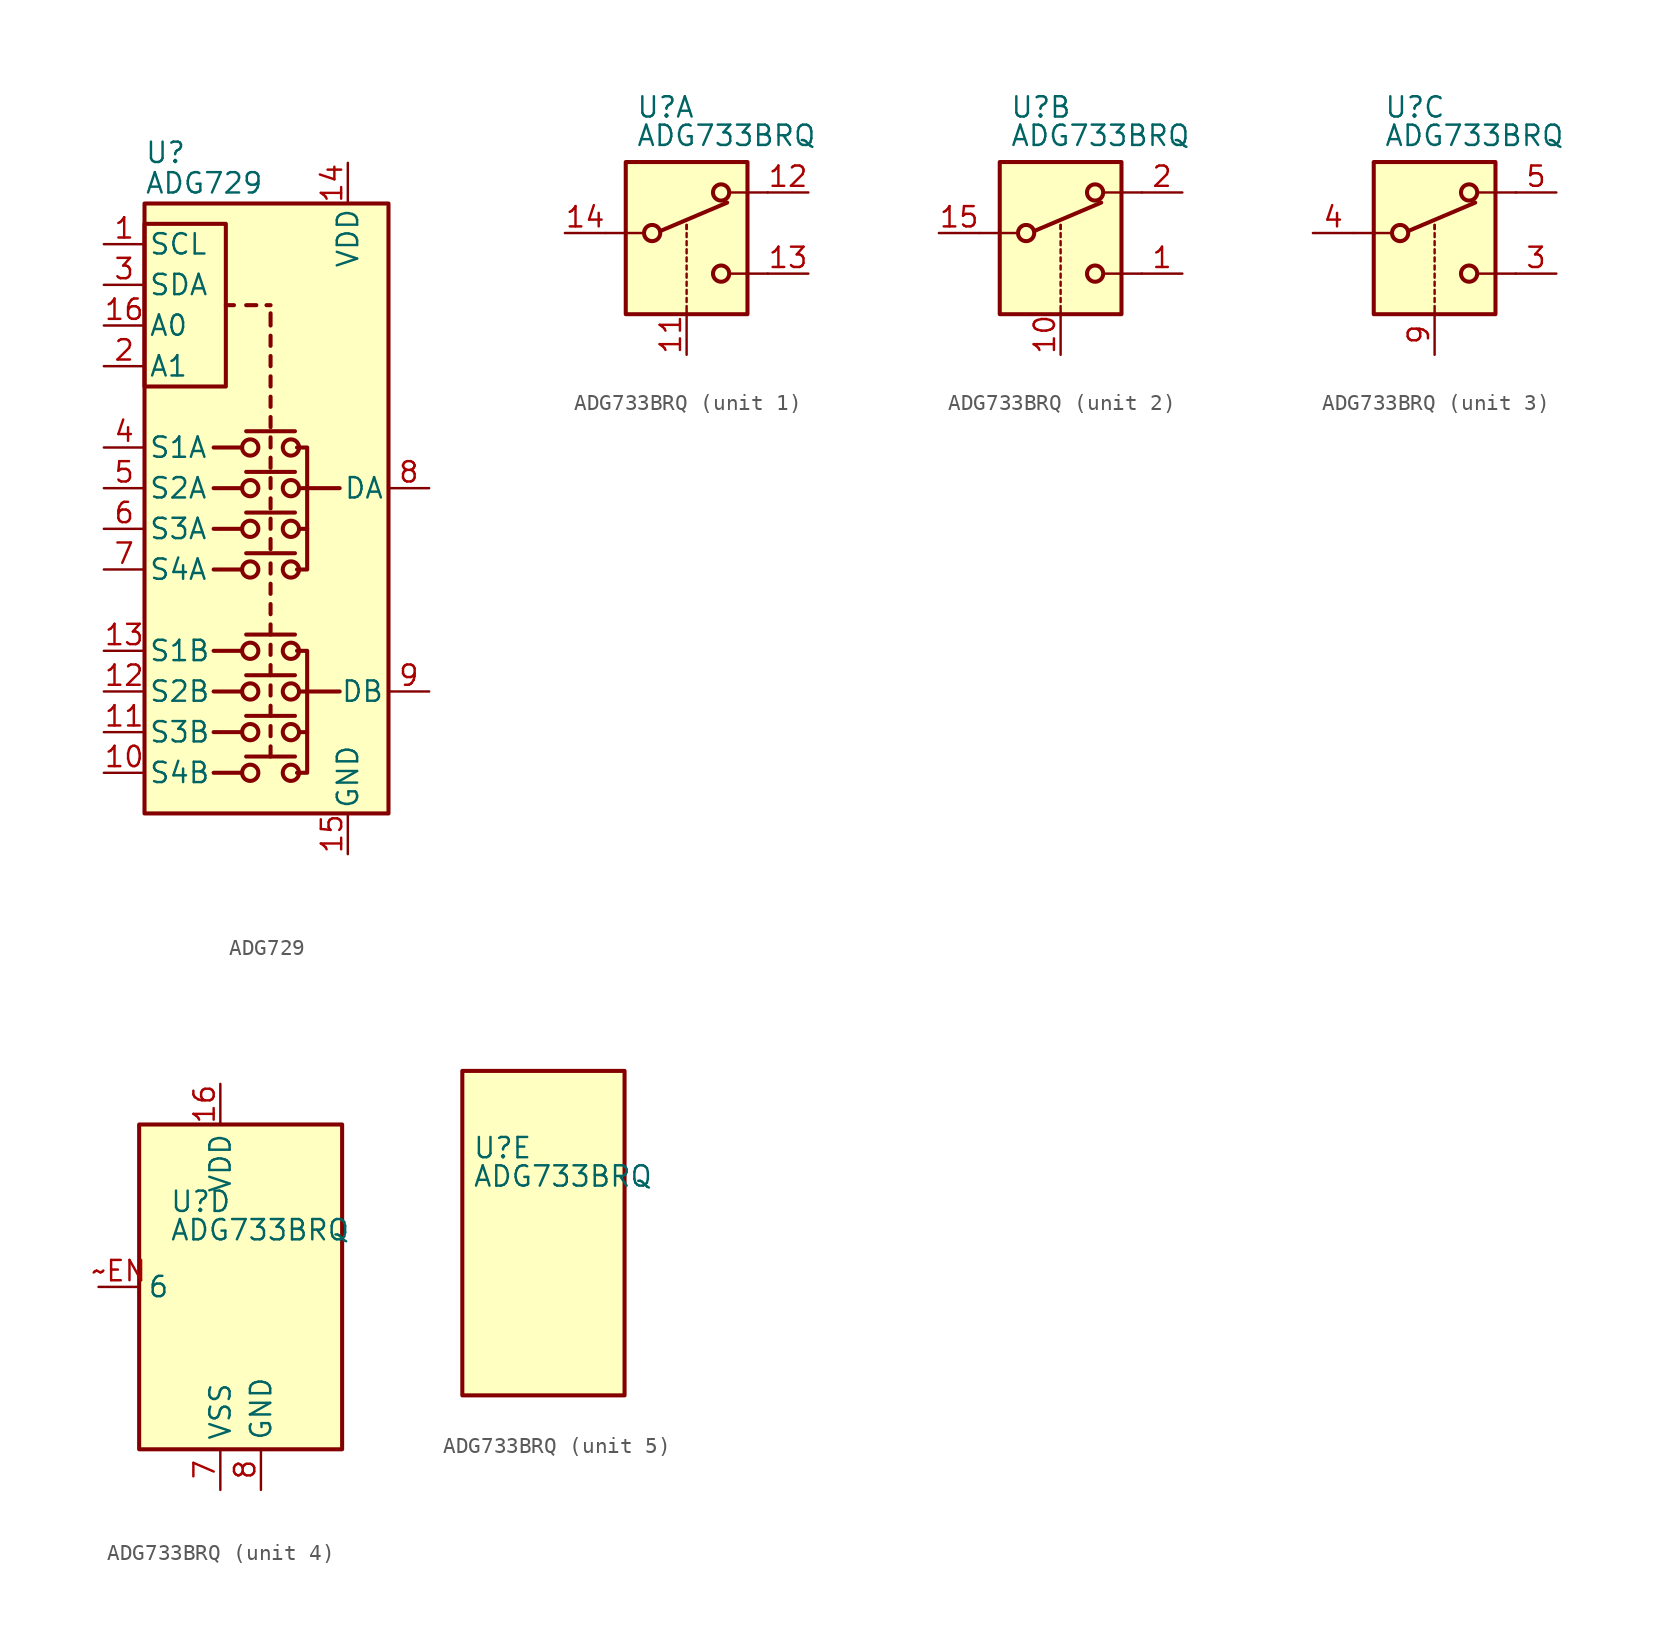
<source format=kicad_sym>
(kicad_symbol_lib
  (version 20201005)
  (generator kicad_symbol_editor)
  (symbol "Analog_Switch:ADG729"
    (pin_names
      (offset 0.254))
    (property "Reference" "U"
      (at -7.62 20.955 0)
      (effects (font (size 1.27 1.27)) (justify left)))
    (property "Value" "ADG729"
      (at -7.62 19.05 0)
      (effects (font (size 1.27 1.27)) (justify left)))
    (symbol "ADG729_0_1"
      (circle (center -1.016 -17.78) (radius 0.508) (stroke (width 0.254)) (fill (type none)))
      (circle (center -1.016 -15.24) (radius 0.508) (stroke (width 0.254)) (fill (type none)))
      (circle (center -1.016 -12.7) (radius 0.508) (stroke (width 0.254)) (fill (type none)))
      (circle (center -1.016 -10.16) (radius 0.508) (stroke (width 0.254)) (fill (type none)))
      (circle (center -1.016 -5.08) (radius 0.508) (stroke (width 0.254)) (fill (type none)))
      (circle (center -1.016 -2.54) (radius 0.508) (stroke (width 0.254)) (fill (type none)))
      (circle (center -1.016 0) (radius 0.508) (stroke (width 0.254)) (fill (type none)))
      (circle (center -1.016 2.54) (radius 0.508) (stroke (width 0.254)) (fill (type none)))
      (circle (center 1.524 -17.78) (radius 0.508) (stroke (width 0.254)) (fill (type none)))
      (circle (center 1.524 -15.24) (radius 0.508) (stroke (width 0.254)) (fill (type none)))
      (circle (center 1.524 -12.7) (radius 0.508) (stroke (width 0.254)) (fill (type none)))
      (circle (center 1.524 -10.16) (radius 0.508) (stroke (width 0.254)) (fill (type none)))
      (circle (center 1.524 -5.08) (radius 0.508) (stroke (width 0.254)) (fill (type none)))
      (circle (center 1.524 -2.54) (radius 0.508) (stroke (width 0.254)) (fill (type none)))
      (circle (center 1.524 0) (radius 0.508) (stroke (width 0.254)) (fill (type none)))
      (circle (center 1.524 2.54) (radius 0.508) (stroke (width 0.254)) (fill (type none)))
      (rectangle (start -7.62 6.35) (end -2.54 16.51) (stroke (width 0.254)) (fill (type none)))
      (rectangle (start -7.62 17.78) (end 7.62 -20.32) (stroke (width 0.254)) (fill (type background)))
      (polyline (pts (xy -2.032 11.43) (xy -2.54 11.43)) (stroke (width 0.254)) (fill (type none)))
      (polyline (pts (xy -1.524 -17.78) (xy -3.302 -17.78)) (stroke (width 0.254)) (fill (type none)))
      (polyline (pts (xy -1.524 -15.24) (xy -3.302 -15.24)) (stroke (width 0.254)) (fill (type none)))
      (polyline (pts (xy -1.524 -12.7) (xy -3.302 -12.7)) (stroke (width 0.254)) (fill (type none)))
      (polyline (pts (xy -1.524 -10.16) (xy -3.302 -10.16)) (stroke (width 0.254)) (fill (type none)))
      (polyline (pts (xy -1.524 -5.08) (xy -3.302 -5.08)) (stroke (width 0.254)) (fill (type none)))
      (polyline (pts (xy -1.524 -2.54) (xy -3.302 -2.54)) (stroke (width 0.254)) (fill (type none)))
      (polyline (pts (xy -1.524 0) (xy -3.302 0)) (stroke (width 0.254)) (fill (type none)))
      (polyline (pts (xy -1.524 2.54) (xy -3.302 2.54)) (stroke (width 0.254)) (fill (type none)))
      (polyline (pts (xy -1.27 -16.764) (xy 1.778 -16.764)) (stroke (width 0.254)) (fill (type none)))
      (polyline (pts (xy -1.27 -14.224) (xy 1.778 -14.224)) (stroke (width 0.254)) (fill (type none)))
      (polyline (pts (xy -1.27 -11.684) (xy 1.778 -11.684)) (stroke (width 0.254)) (fill (type none)))
      (polyline (pts (xy -1.27 -9.144) (xy 1.778 -9.144)) (stroke (width 0.254)) (fill (type none)))
      (polyline (pts (xy -1.27 -4.064) (xy 1.778 -4.064)) (stroke (width 0.254)) (fill (type none)))
      (polyline (pts (xy -1.27 -1.524) (xy 1.778 -1.524)) (stroke (width 0.254)) (fill (type none)))
      (polyline (pts (xy -1.27 1.016) (xy 1.778 1.016)) (stroke (width 0.254)) (fill (type none)))
      (polyline (pts (xy -1.27 3.556) (xy 1.778 3.556)) (stroke (width 0.254)) (fill (type none)))
      (polyline (pts (xy -1.27 11.43) (xy -0.635 11.43)) (stroke (width 0.254)) (fill (type none)))
      (polyline (pts (xy 0.254 -16.764) (xy 0.254 -16.129)) (stroke (width 0.254)) (fill (type none)))
      (polyline (pts (xy 0.254 -15.494) (xy 0.254 -14.859)) (stroke (width 0.254)) (fill (type none)))
      (polyline (pts (xy 0.254 -14.224) (xy 0.254 -13.589)) (stroke (width 0.254)) (fill (type none)))
      (polyline (pts (xy 0.254 -12.954) (xy 0.254 -12.319)) (stroke (width 0.254)) (fill (type none)))
      (polyline (pts (xy 0.254 -11.684) (xy 0.254 -11.049)) (stroke (width 0.254)) (fill (type none)))
      (polyline (pts (xy 0.254 -10.414) (xy 0.254 -9.779)) (stroke (width 0.254)) (fill (type none)))
      (polyline (pts (xy 0.254 -9.144) (xy 0.254 -8.509)) (stroke (width 0.254)) (fill (type none)))
      (polyline (pts (xy 0.254 -7.874) (xy 0.254 -7.239)) (stroke (width 0.254)) (fill (type none)))
      (polyline (pts (xy 0.254 -6.604) (xy 0.254 -5.969)) (stroke (width 0.254)) (fill (type none)))
      (polyline (pts (xy 0.254 -5.334) (xy 0.254 -4.699)) (stroke (width 0.254)) (fill (type none)))
      (polyline (pts (xy 0.254 -3.81) (xy 0.254 -3.175)) (stroke (width 0.254)) (fill (type none)))
      (polyline (pts (xy 0.254 -2.54) (xy 0.254 -1.905)) (stroke (width 0.254)) (fill (type none)))
      (polyline (pts (xy 0.254 -1.27) (xy 0.254 -0.635)) (stroke (width 0.254)) (fill (type none)))
      (polyline (pts (xy 0.254 0) (xy 0.254 0.635)) (stroke (width 0.254)) (fill (type none)))
      (polyline (pts (xy 0.254 1.27) (xy 0.254 1.905)) (stroke (width 0.254)) (fill (type none)))
      (polyline (pts (xy 0.254 2.54) (xy 0.254 3.175)) (stroke (width 0.254)) (fill (type none)))
      (polyline (pts (xy 0.254 3.81) (xy 0.254 4.445)) (stroke (width 0.254)) (fill (type none)))
      (polyline (pts (xy 0.254 5.08) (xy 0.254 5.715)) (stroke (width 0.254)) (fill (type none)))
      (polyline (pts (xy 0.254 6.35) (xy 0.254 6.985)) (stroke (width 0.254)) (fill (type none)))
      (polyline (pts (xy 0.254 7.62) (xy 0.254 8.255)) (stroke (width 0.254)) (fill (type none)))
      (polyline (pts (xy 0.254 8.89) (xy 0.254 9.525)) (stroke (width 0.254)) (fill (type none)))
      (polyline (pts (xy 0.254 10.16) (xy 0.254 10.922)) (stroke (width 0.254)) (fill (type none)))
      (polyline (pts (xy 0.254 11.43) (xy 0 11.43)) (stroke (width 0.254)) (fill (type none)))
      (polyline (pts (xy 2.032 -15.24) (xy 2.54 -15.24)) (stroke (width 0.254)) (fill (type none)))
      (polyline (pts (xy 2.032 -12.7) (xy 2.54 -12.7)) (stroke (width 0.254)) (fill (type none)))
      (polyline (pts (xy 2.032 -2.54) (xy 2.54 -2.54)) (stroke (width 0.254)) (fill (type none)))
      (polyline (pts (xy 2.032 0) (xy 2.54 0)) (stroke (width 0.254)) (fill (type none)))
      (polyline (pts (xy 2.54 0) (xy 4.572 0)) (stroke (width 0.254)) (fill (type none)))
      (polyline (pts (xy 4.572 -12.7) (xy 2.54 -12.7)) (stroke (width 0.254)) (fill (type none)))
      (polyline (pts (xy 1.905 -10.16) (xy 2.54 -10.16) (xy 2.54 -17.78) (xy 1.905 -17.78)) (stroke (width 0.254)) (fill (type none)))
      (polyline (pts (xy 1.905 -5.08) (xy 2.54 -5.08) (xy 2.54 2.54) (xy 1.905 2.54)) (stroke (width 0.254)) (fill (type none))))
    (symbol "ADG729_1_1"
      (pin input line (at -10.16 15.24 0) (length 2.54) (name "SCL" (effects (font (size 1.27 1.27)))) (number "1" (effects (font (size 1.27 1.27)))))
      (pin bidirectional line (at -10.16 -17.78 0) (length 2.54) (name "S4B" (effects (font (size 1.27 1.27)))) (number "10" (effects (font (size 1.27 1.27)))))
      (pin bidirectional line (at -10.16 -15.24 0) (length 2.54) (name "S3B" (effects (font (size 1.27 1.27)))) (number "11" (effects (font (size 1.27 1.27)))))
      (pin bidirectional line (at -10.16 -12.7 0) (length 2.54) (name "S2B" (effects (font (size 1.27 1.27)))) (number "12" (effects (font (size 1.27 1.27)))))
      (pin bidirectional line (at -10.16 -10.16 0) (length 2.54) (name "S1B" (effects (font (size 1.27 1.27)))) (number "13" (effects (font (size 1.27 1.27)))))
      (pin power_in line (at 5.08 20.32 270) (length 2.54) (name "VDD" (effects (font (size 1.27 1.27)))) (number "14" (effects (font (size 1.27 1.27)))))
      (pin power_in line (at 5.08 -22.86 90) (length 2.54) (name "GND" (effects (font (size 1.27 1.27)))) (number "15" (effects (font (size 1.27 1.27)))))
      (pin input line (at -10.16 10.16 0) (length 2.54) (name "A0" (effects (font (size 1.27 1.27)))) (number "16" (effects (font (size 1.27 1.27)))))
      (pin input line (at -10.16 7.62 0) (length 2.54) (name "A1" (effects (font (size 1.27 1.27)))) (number "2" (effects (font (size 1.27 1.27)))))
      (pin bidirectional line (at -10.16 12.7 0) (length 2.54) (name "SDA" (effects (font (size 1.27 1.27)))) (number "3" (effects (font (size 1.27 1.27)))))
      (pin bidirectional line (at -10.16 2.54 0) (length 2.54) (name "S1A" (effects (font (size 1.27 1.27)))) (number "4" (effects (font (size 1.27 1.27)))))
      (pin bidirectional line (at -10.16 0 0) (length 2.54) (name "S2A" (effects (font (size 1.27 1.27)))) (number "5" (effects (font (size 1.27 1.27)))))
      (pin bidirectional line (at -10.16 -2.54 0) (length 2.54) (name "S3A" (effects (font (size 1.27 1.27)))) (number "6" (effects (font (size 1.27 1.27)))))
      (pin bidirectional line (at -10.16 -5.08 0) (length 2.54) (name "S4A" (effects (font (size 1.27 1.27)))) (number "7" (effects (font (size 1.27 1.27)))))
      (pin bidirectional line (at 10.16 0 180) (length 2.54) (name "DA" (effects (font (size 1.27 1.27)))) (number "8" (effects (font (size 1.27 1.27)))))
      (pin bidirectional line (at 10.16 -12.7 180) (length 2.54) (name "DB" (effects (font (size 1.27 1.27)))) (number "9" (effects (font (size 1.27 1.27)))))))
  (symbol "Analog_Switch:ADG733BRQ"
    (property "Reference" "U"
      (at -3.175 5.334 0)
      (effects (font (size 1.27 1.27)) (justify left)))
    (property "Value" "ADG733BRQ"
      (at -3.175 3.556 0)
      (effects (font (size 1.27 1.27)) (justify left)))
    (symbol "ADG733BRQ_1_1"
      (circle (center -2.159 -2.54) (radius 0.508) (stroke (width 0.254)) (fill (type none)))
      (circle (center 2.159 -5.08) (radius 0.508) (stroke (width 0.254)) (fill (type none)))
      (circle (center 2.159 0) (radius 0.508) (stroke (width 0.254)) (fill (type none)))
      (rectangle (start -3.81 1.905) (end 3.81 -7.62) (stroke (width 0.254)) (fill (type background)))
      (polyline (pts (xy -5.08 -2.54) (xy -2.794 -2.54)) (stroke (width 0)) (fill (type none)))
      (polyline (pts (xy -1.651 -2.413) (xy 2.54 -0.635)) (stroke (width 0.254)) (fill (type none)))
      (polyline (pts (xy 0 -7.62) (xy 0 -7.112)) (stroke (width 0)) (fill (type none)))
      (polyline (pts (xy 0 -6.858) (xy 0 -6.604)) (stroke (width 0)) (fill (type none)))
      (polyline (pts (xy 0 -6.35) (xy 0 -6.096)) (stroke (width 0)) (fill (type none)))
      (polyline (pts (xy 0 -5.842) (xy 0 -5.588)) (stroke (width 0)) (fill (type none)))
      (polyline (pts (xy 0 -5.334) (xy 0 -5.08)) (stroke (width 0)) (fill (type none)))
      (polyline (pts (xy 0 -4.826) (xy 0 -4.572)) (stroke (width 0)) (fill (type none)))
      (polyline (pts (xy 0 -4.318) (xy 0 -4.064)) (stroke (width 0)) (fill (type none)))
      (polyline (pts (xy 0 -3.81) (xy 0 -3.556)) (stroke (width 0)) (fill (type none)))
      (polyline (pts (xy 0 -3.302) (xy 0 -3.048)) (stroke (width 0)) (fill (type none)))
      (polyline (pts (xy 0 -2.794) (xy 0 -2.54)) (stroke (width 0)) (fill (type none)))
      (polyline (pts (xy 0 -2.286) (xy 0 -2.032)) (stroke (width 0)) (fill (type none)))
      (polyline (pts (xy 0 -2.286) (xy 0 -2.032)) (stroke (width 0)) (fill (type none)))
      (polyline (pts (xy 5.08 -5.08) (xy 2.794 -5.08)) (stroke (width 0)) (fill (type none)))
      (polyline (pts (xy 5.08 0) (xy 2.794 0)) (stroke (width 0)) (fill (type none)))
      (pin input line (at 0 -10.16 90) (length 2.54) (name "~" (effects (font (size 1.27 1.27)))) (number "11" (effects (font (size 1.27 1.27)))))
      (pin passive line (at 7.62 0 180) (length 2.54) (name "~" (effects (font (size 1.27 1.27)))) (number "12" (effects (font (size 1.27 1.27)))))
      (pin passive line (at 7.62 -5.08 180) (length 2.54) (name "~" (effects (font (size 1.27 1.27)))) (number "13" (effects (font (size 1.27 1.27)))))
      (pin passive line (at -7.62 -2.54 0) (length 2.54) (name "~" (effects (font (size 1.27 1.27)))) (number "14" (effects (font (size 1.27 1.27))))))
    (symbol "ADG733BRQ_2_1"
      (circle (center -2.159 -2.54) (radius 0.508) (stroke (width 0.254)) (fill (type none)))
      (circle (center 2.159 -5.08) (radius 0.508) (stroke (width 0.254)) (fill (type none)))
      (circle (center 2.159 0) (radius 0.508) (stroke (width 0.254)) (fill (type none)))
      (rectangle (start -3.81 1.905) (end 3.81 -7.62) (stroke (width 0.254)) (fill (type background)))
      (polyline (pts (xy -5.08 -2.54) (xy -2.794 -2.54)) (stroke (width 0)) (fill (type none)))
      (polyline (pts (xy -1.651 -2.413) (xy 2.54 -0.635)) (stroke (width 0.254)) (fill (type none)))
      (polyline (pts (xy 0 -7.62) (xy 0 -7.112)) (stroke (width 0)) (fill (type none)))
      (polyline (pts (xy 0 -6.858) (xy 0 -6.604)) (stroke (width 0)) (fill (type none)))
      (polyline (pts (xy 0 -6.35) (xy 0 -6.096)) (stroke (width 0)) (fill (type none)))
      (polyline (pts (xy 0 -5.842) (xy 0 -5.588)) (stroke (width 0)) (fill (type none)))
      (polyline (pts (xy 0 -5.334) (xy 0 -5.08)) (stroke (width 0)) (fill (type none)))
      (polyline (pts (xy 0 -4.826) (xy 0 -4.572)) (stroke (width 0)) (fill (type none)))
      (polyline (pts (xy 0 -4.318) (xy 0 -4.064)) (stroke (width 0)) (fill (type none)))
      (polyline (pts (xy 0 -3.81) (xy 0 -3.556)) (stroke (width 0)) (fill (type none)))
      (polyline (pts (xy 0 -3.302) (xy 0 -3.048)) (stroke (width 0)) (fill (type none)))
      (polyline (pts (xy 0 -2.794) (xy 0 -2.54)) (stroke (width 0)) (fill (type none)))
      (polyline (pts (xy 0 -2.286) (xy 0 -2.032)) (stroke (width 0)) (fill (type none)))
      (polyline (pts (xy 0 -2.286) (xy 0 -2.032)) (stroke (width 0)) (fill (type none)))
      (polyline (pts (xy 5.08 -5.08) (xy 2.794 -5.08)) (stroke (width 0)) (fill (type none)))
      (polyline (pts (xy 5.08 0) (xy 2.794 0)) (stroke (width 0)) (fill (type none)))
      (pin passive line (at 7.62 -5.08 180) (length 2.54) (name "~" (effects (font (size 1.27 1.27)))) (number "1" (effects (font (size 1.27 1.27)))))
      (pin input line (at 0 -10.16 90) (length 2.54) (name "~" (effects (font (size 1.27 1.27)))) (number "10" (effects (font (size 1.27 1.27)))))
      (pin passive line (at -7.62 -2.54 0) (length 2.54) (name "~" (effects (font (size 1.27 1.27)))) (number "15" (effects (font (size 1.27 1.27)))))
      (pin passive line (at 7.62 0 180) (length 2.54) (name "~" (effects (font (size 1.27 1.27)))) (number "2" (effects (font (size 1.27 1.27))))))
    (symbol "ADG733BRQ_3_1"
      (circle (center -2.159 -2.54) (radius 0.508) (stroke (width 0.254)) (fill (type none)))
      (circle (center 2.159 -5.08) (radius 0.508) (stroke (width 0.254)) (fill (type none)))
      (circle (center 2.159 0) (radius 0.508) (stroke (width 0.254)) (fill (type none)))
      (rectangle (start -3.81 1.905) (end 3.81 -7.62) (stroke (width 0.254)) (fill (type background)))
      (polyline (pts (xy -5.08 -2.54) (xy -2.794 -2.54)) (stroke (width 0)) (fill (type none)))
      (polyline (pts (xy -1.651 -2.413) (xy 2.54 -0.635)) (stroke (width 0.254)) (fill (type none)))
      (polyline (pts (xy 0 -7.62) (xy 0 -7.112)) (stroke (width 0)) (fill (type none)))
      (polyline (pts (xy 0 -6.858) (xy 0 -6.604)) (stroke (width 0)) (fill (type none)))
      (polyline (pts (xy 0 -6.35) (xy 0 -6.096)) (stroke (width 0)) (fill (type none)))
      (polyline (pts (xy 0 -5.842) (xy 0 -5.588)) (stroke (width 0)) (fill (type none)))
      (polyline (pts (xy 0 -5.334) (xy 0 -5.08)) (stroke (width 0)) (fill (type none)))
      (polyline (pts (xy 0 -4.826) (xy 0 -4.572)) (stroke (width 0)) (fill (type none)))
      (polyline (pts (xy 0 -4.318) (xy 0 -4.064)) (stroke (width 0)) (fill (type none)))
      (polyline (pts (xy 0 -3.81) (xy 0 -3.556)) (stroke (width 0)) (fill (type none)))
      (polyline (pts (xy 0 -3.302) (xy 0 -3.048)) (stroke (width 0)) (fill (type none)))
      (polyline (pts (xy 0 -2.794) (xy 0 -2.54)) (stroke (width 0)) (fill (type none)))
      (polyline (pts (xy 0 -2.286) (xy 0 -2.032)) (stroke (width 0)) (fill (type none)))
      (polyline (pts (xy 0 -2.286) (xy 0 -2.032)) (stroke (width 0)) (fill (type none)))
      (polyline (pts (xy 5.08 -5.08) (xy 2.794 -5.08)) (stroke (width 0)) (fill (type none)))
      (polyline (pts (xy 5.08 0) (xy 2.794 0)) (stroke (width 0)) (fill (type none)))
      (pin passive line (at 7.62 -5.08 180) (length 2.54) (name "~" (effects (font (size 1.27 1.27)))) (number "3" (effects (font (size 1.27 1.27)))))
      (pin passive line (at -7.62 -2.54 0) (length 2.54) (name "~" (effects (font (size 1.27 1.27)))) (number "4" (effects (font (size 1.27 1.27)))))
      (pin passive line (at 7.62 0 180) (length 2.54) (name "~" (effects (font (size 1.27 1.27)))) (number "5" (effects (font (size 1.27 1.27)))))
      (pin input line (at 0 -10.16 90) (length 2.54) (name "~" (effects (font (size 1.27 1.27)))) (number "9" (effects (font (size 1.27 1.27))))))
    (symbol "ADG733BRQ_4_0"
      (pin power_in line (at 0 12.7 270) (length 2.54) (name "VDD" (effects (font (size 1.27 1.27)))) (number "16" (effects (font (size 1.27 1.27)))))
      (pin power_in line (at 0 -12.7 90) (length 2.54) (name "VSS" (effects (font (size 1.27 1.27)))) (number "7" (effects (font (size 1.27 1.27)))))
      (pin power_in line (at 2.54 -12.7 90) (length 2.54) (name "GND" (effects (font (size 1.27 1.27)))) (number "8" (effects (font (size 1.27 1.27)))))
      (pin input line (at -7.62 0 0) (length 2.54) (name "6" (effects (font (size 1.27 1.27)))) (number "~EN" (effects (font (size 1.27 1.27))))))
    (symbol "ADG733BRQ_4_1"
      (rectangle (start -5.08 10.16) (end 7.62 -10.16) (stroke (width 0.254)) (fill (type background))))
    (symbol "ADG733BRQ_5_1"
      (rectangle (start -3.81 10.16) (end 6.35 -10.16) (stroke (width 0.254)) (fill (type background))))))
</source>
